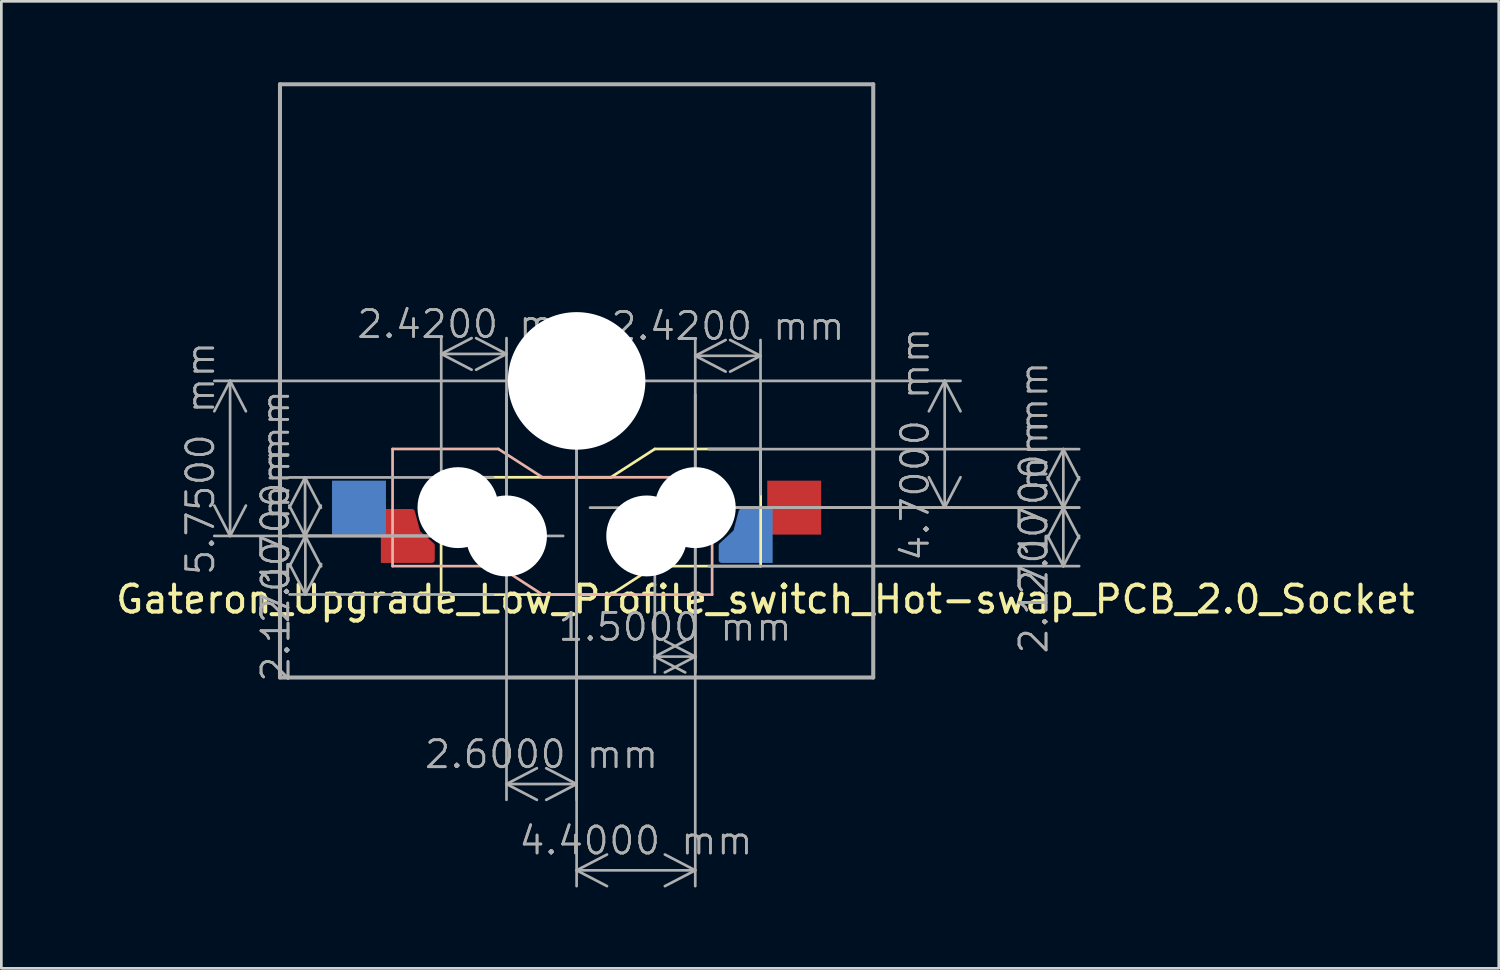
<source format=kicad_pcb>
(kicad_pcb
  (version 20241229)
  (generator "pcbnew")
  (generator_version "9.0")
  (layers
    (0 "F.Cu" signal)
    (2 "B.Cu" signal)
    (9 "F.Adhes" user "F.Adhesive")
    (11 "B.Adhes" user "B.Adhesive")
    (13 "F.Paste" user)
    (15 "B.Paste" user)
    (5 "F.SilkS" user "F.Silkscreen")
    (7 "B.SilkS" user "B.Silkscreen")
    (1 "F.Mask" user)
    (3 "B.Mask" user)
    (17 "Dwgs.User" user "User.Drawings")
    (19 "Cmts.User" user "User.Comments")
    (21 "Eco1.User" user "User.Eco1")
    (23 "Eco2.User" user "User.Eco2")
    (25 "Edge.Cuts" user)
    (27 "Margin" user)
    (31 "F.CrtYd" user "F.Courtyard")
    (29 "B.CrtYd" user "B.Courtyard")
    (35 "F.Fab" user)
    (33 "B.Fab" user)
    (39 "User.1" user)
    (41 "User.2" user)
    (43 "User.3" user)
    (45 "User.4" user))
  (footprint "Gateron_Upgrade_Low_Profile_switch_Hot-swap_PCB_2.0_Socket"
    (layer "F.Cu")
    (at 18.333 11.075)
    (property "Reference" "Gateron_Upgrade_Low_Profile_switch_Hot-swap_PCB_2.0_Socket" (at 7 8.1 0) (layer "F.SilkS") (effects (font (size 1 1) (thickness 0.15))))
    (attr through_hole)
    (fp_line (start -5.025 3.575) (end -5.025 7.925) (stroke (width 0.1) (type default)) (layer "F.SilkS"))
    (fp_line (start -5.025 3.575) (end 1.27 3.575) (stroke (width 0.1) (type default)) (layer "F.SilkS"))
    (fp_line (start -5.025 7.925) (end 1.27 7.925) (stroke (width 0.1) (type default)) (layer "F.SilkS"))
    (fp_line (start 1.27 3.575) (end 2.9 2.525) (stroke (width 0.1) (type default)) (layer "F.SilkS"))
    (fp_line (start 1.27 7.925) (end 2.9 6.87) (stroke (width 0.1) (type default)) (layer "F.SilkS"))
    (fp_line (start 6.825 2.525) (end 2.9 2.525) (stroke (width 0.1) (type default)) (layer "F.SilkS"))
    (fp_line (start 6.825 2.525) (end 6.825 6.87) (stroke (width 0.1) (type default)) (layer "F.SilkS"))
    (fp_line (start 6.825 6.87) (end 2.9 6.87) (stroke (width 0.1) (type default)) (layer "F.SilkS"))
    (fp_line (start -6.825 2.525) (end -6.825 6.87) (stroke (width 0.1) (type default)) (layer "B.SilkS"))
    (fp_line (start -6.825 2.525) (end -2.9 2.525) (stroke (width 0.1) (type default)) (layer "B.SilkS"))
    (fp_line (start -6.825 6.87) (end -2.9 6.87) (stroke (width 0.1) (type default)) (layer "B.SilkS"))
    (fp_line (start -1.27 3.575) (end -2.9 2.525) (stroke (width 0.1) (type default)) (layer "B.SilkS"))
    (fp_line (start -1.27 7.925) (end -2.9 6.87) (stroke (width 0.1) (type default)) (layer "B.SilkS"))
    (fp_line (start 5.025 3.575) (end -1.27 3.575) (stroke (width 0.1) (type default)) (layer "B.SilkS"))
    (fp_line (start 5.025 3.575) (end 5.025 7.925) (stroke (width 0.1) (type default)) (layer "B.SilkS"))
    (fp_line (start 5.025 7.925) (end -1.27 7.925) (stroke (width 0.1) (type default)) (layer "B.SilkS"))
    (fp_line (start -9 -9) (end 9 -9) (stroke (width 0.15) (type solid)) (layer "Eco2.User"))
    (fp_line (start -9 9) (end -9 -9) (stroke (width 0.15) (type solid)) (layer "Eco2.User"))
    (fp_line (start -7 -7) (end 7 -7) (stroke (width 0.15) (type solid)) (layer "Eco2.User"))
    (fp_line (start -7 7) (end -7 -7) (stroke (width 0.15) (type solid)) (layer "Eco2.User"))
    (fp_line (start 7 -7) (end 7 7) (stroke (width 0.15) (type solid)) (layer "Eco2.User"))
    (fp_line (start 7 7) (end -7 7) (stroke (width 0.15) (type solid)) (layer "Eco2.User"))
    (fp_line (start 9 -9) (end 9 9) (stroke (width 0.15) (type solid)) (layer "Eco2.User"))
    (fp_line (start 9 9) (end -9 9) (stroke (width 0.15) (type solid)) (layer "Eco2.User"))
    (fp_line (start -11 -11) (end -11 11) (stroke (width 0.15) (type solid)) (layer "F.Fab"))
    (fp_line (start -11 11) (end 11 11) (stroke (width 0.15) (type solid)) (layer "F.Fab"))
    (fp_line (start 11 -11) (end -11 -11) (stroke (width 0.15) (type solid)) (layer "F.Fab"))
    (fp_line (start 11 11) (end 11 -11) (stroke (width 0.15) (type solid)) (layer "F.Fab"))
    (dimension (type aligned) (layer "F.Fab") (pts (xy 22.733 15.775) (xy 21.233 15.775)) (height -5.525) (format (prefix "") (suffix "") (units 3) (units_format 1) (precision 4)) (style (thickness 0.1) (arrow_length 1.27) (text_position_mode 0) (arrow_direction outward) (extension_height 0.586) (extension_offset 0.5) (keep_text_aligned yes)) (gr_text "1.5000 mm" (at 21.983 20.2 0) (layer "F.Fab") (effects (font (size 1 1) (thickness 0.1)))))
    (dimension (type aligned) (layer "F.Fab") (pts (xy 18.333 11.075) (xy 18.333 16.825)) (height 12.85) (format (prefix "") (suffix "") (units 3) (units_format 1) (precision 4)) (style (thickness 0.1) (arrow_length 1.27) (text_position_mode 0) (arrow_direction outward) (extension_height 0.586) (extension_offset 0.5) (keep_text_aligned yes)) (gr_text "5.7500 mm" (at 4.383 13.95 90) (layer "F.Fab") (effects (font (size 1 1) (thickness 0.1)))))
    (dimension (type aligned) (layer "F.Fab") (pts (xy 22.733 15.775) (xy 22.733 17.945)) (height -13.65) (format (prefix "") (suffix "") (units 3) (units_format 1) (precision 4)) (style (thickness 0.1) (arrow_length 1.27) (text_position_mode 0) (arrow_direction outward) (extension_height 0.586) (extension_offset 0.5) (keep_text_aligned yes)) (gr_text "2.1700 mm" (at 35.283 16.86 90) (layer "F.Fab") (effects (font (size 1 1) (thickness 0.1)))))
    (dimension (type aligned) (layer "F.Fab") (pts (xy 15.733 16.825) (xy 13.313 16.825)) (height 6.75) (format (prefix "") (suffix "") (units 3) (units_format 1) (precision 4)) (style (thickness 0.1) (arrow_length 1.27) (text_position_mode 0) (arrow_direction outward) (extension_height 0.586) (extension_offset 0.5) (keep_text_aligned yes)) (gr_text "2.4200 mm" (at 14.523 8.975 0) (layer "F.Fab") (effects (font (size 1 1) (thickness 0.1)))))
    (dimension (type aligned) (layer "F.Fab") (pts (xy 18.333 11.075) (xy 18.333 15.775)) (height -13.65) (format (prefix "") (suffix "") (units 3) (units_format 1) (precision 4)) (style (thickness 0.1) (arrow_length 1.27) (text_position_mode 0) (arrow_direction outward) (extension_height 0.586) (extension_offset 0.5) (keep_text_aligned yes)) (gr_text "4.7000 mm" (at 30.883 13.425 90) (layer "F.Fab") (effects (font (size 1 1) (thickness 0.1)))))
    (dimension (type aligned) (layer "F.Fab") (pts (xy 15.733 16.825) (xy 15.733 18.995)) (height 7.46) (format (prefix "") (suffix "") (units 3) (units_format 1) (precision 4)) (style (thickness 0.1) (arrow_length 1.27) (text_position_mode 0) (arrow_direction outward) (extension_height 0.586) (extension_offset 0.5) (keep_text_aligned yes)) (gr_text "2.1700 mm" (at 7.173 17.91 90) (layer "F.Fab") (effects (font (size 1 1) (thickness 0.1)))))
    (dimension (type aligned) (layer "F.Fab") (pts (xy 18.333 11.075) (xy 15.733 11.075)) (height -14.95) (format (prefix "") (suffix "") (units 3) (units_format 1) (precision 4)) (style (thickness 0.1) (arrow_length 1.27) (text_position_mode 0) (arrow_direction outward) (extension_height 0.586) (extension_offset 0.5) (keep_text_aligned yes)) (gr_text "2.6000 mm" (at 17.033 24.925 0) (layer "F.Fab") (effects (font (size 1 1) (thickness 0.1)))))
    (dimension (type aligned) (layer "F.Fab") (pts (xy 15.733 16.825) (xy 15.733 14.655)) (height -7.47) (format (prefix "") (suffix "") (units 3) (units_format 1) (precision 4)) (style (thickness 0.1) (arrow_length 1.27) (text_position_mode 0) (arrow_direction outward) (extension_height 0.586) (extension_offset 0.5) (keep_text_aligned yes)) (gr_text "2.1700 mm" (at 7.163 15.74 90) (layer "F.Fab") (effects (font (size 1 1) (thickness 0.1)))))
    (dimension (type aligned) (layer "F.Fab") (pts (xy 18.333 11.075) (xy 22.733 11.075)) (height 18.15) (format (prefix "") (suffix "") (units 3) (units_format 1) (precision 4)) (style (thickness 0.1) (arrow_length 1.27) (text_position_mode 0) (arrow_direction outward) (extension_height 0.586) (extension_offset 0.5) (keep_text_aligned yes)) (gr_text "4.4000 mm" (at 20.533 28.125 0) (layer "F.Fab") (effects (font (size 1 1) (thickness 0.1)))))
    (dimension (type aligned) (layer "F.Fab") (pts (xy 22.733 15.775) (xy 25.153 15.775)) (height -5.63) (format (prefix "") (suffix "") (units 3) (units_format 1) (precision 4)) (style (thickness 0.1) (arrow_length 1.27) (text_position_mode 0) (arrow_direction outward) (extension_height 0.586) (extension_offset 0.5) (keep_text_aligned yes)) (gr_text "2.4200 mm" (at 23.943 9.045 0) (layer "F.Fab") (effects (font (size 1 1) (thickness 0.1)))))
    (dimension (type aligned) (layer "F.Fab") (pts (xy 22.733 13.605) (xy 22.733 15.775)) (height -13.65) (format (prefix "") (suffix "") (units 3) (units_format 1) (precision 4)) (style (thickness 0.1) (arrow_length 1.27) (text_position_mode 0) (arrow_direction outward) (extension_height 0.586) (extension_offset 0.5) (keep_text_aligned yes)) (gr_text "2.1700 mm" (at 35.283 14.69 90) (layer "F.Fab") (effects (font (size 1 1) (thickness 0.1)))))
    (pad "" np_thru_hole circle (at -4.4 4.7 90) (size 3 3) (drill 3) (layers "*.Cu" "*.Mask"))
    (pad "" np_thru_hole circle (at -2.6 5.75 90) (size 3 3) (drill 3) (layers "*.Cu" "*.Mask"))
    (pad "" np_thru_hole circle (at 0 0 90) (size 5.1 5.1) (drill 5.1) (layers "*.Cu" "*.Mask"))
    (pad "" np_thru_hole circle (at 2.6 5.75 270) (size 3 3) (drill 3) (layers "*.Cu" "*.Mask"))
    (pad "" np_thru_hole circle (at 4.4 4.7 270) (size 3 3) (drill 3) (layers "*.Cu" "*.Mask"))
    (pad "1" smd rect (at -8.07 4.7 180) (size 2 2) (layers "B.Cu" "B.Mask" "B.Paste"))
    (pad "1" smd custom (at -6.525 5.75 180) (size 1.47 2) (layers "F.Cu" "F.Mask" "F.Paste") (options (anchor circle)) (primitives (gr_poly (pts (xy 0.635 0.9) (xy -0.425 0.9) (xy -0.635 0.12) (xy -1.165 -0.35) (xy -1.165 -0.9) (xy 0.635 -0.9)) (width 0.2) (fill yes)) (gr_poly (pts (xy -0.655 -1) (xy 0.735 -1) (xy 0.735 1) (xy 0 1) (xy -0.655 0.265)) (width 0) (fill yes))))
    (pad "2" smd custom (at 6.565 5.745 180) (size 1.41 2.01) (layers "B.Cu" "B.Mask" "B.Paste") (options (anchor circle)) (primitives (gr_poly (pts (xy -0.605 0.905) (xy 0.455 0.905) (xy 0.655 0.145) (xy 1.195 -0.355) (xy 1.195 -0.905) (xy -0.605 -0.905)) (width 0.2) (fill yes)) (gr_poly (pts (xy -0.705 -1.005) (xy 0.705 -1.005) (xy 0.705 0.3) (xy 0 1.005) (xy -0.705 1.005)) (width 0) (fill yes))))
    (pad "2" smd rect (at 8.07 4.7 180) (size 2 2) (layers "F.Cu" "F.Mask" "F.Paste")))
  (gr_rect
    (start -3 -3)
    (end 52.53 32.861)
    (stroke (width 0.1) (type default))
    (fill no)
    (layer "Edge.Cuts")))
</source>
